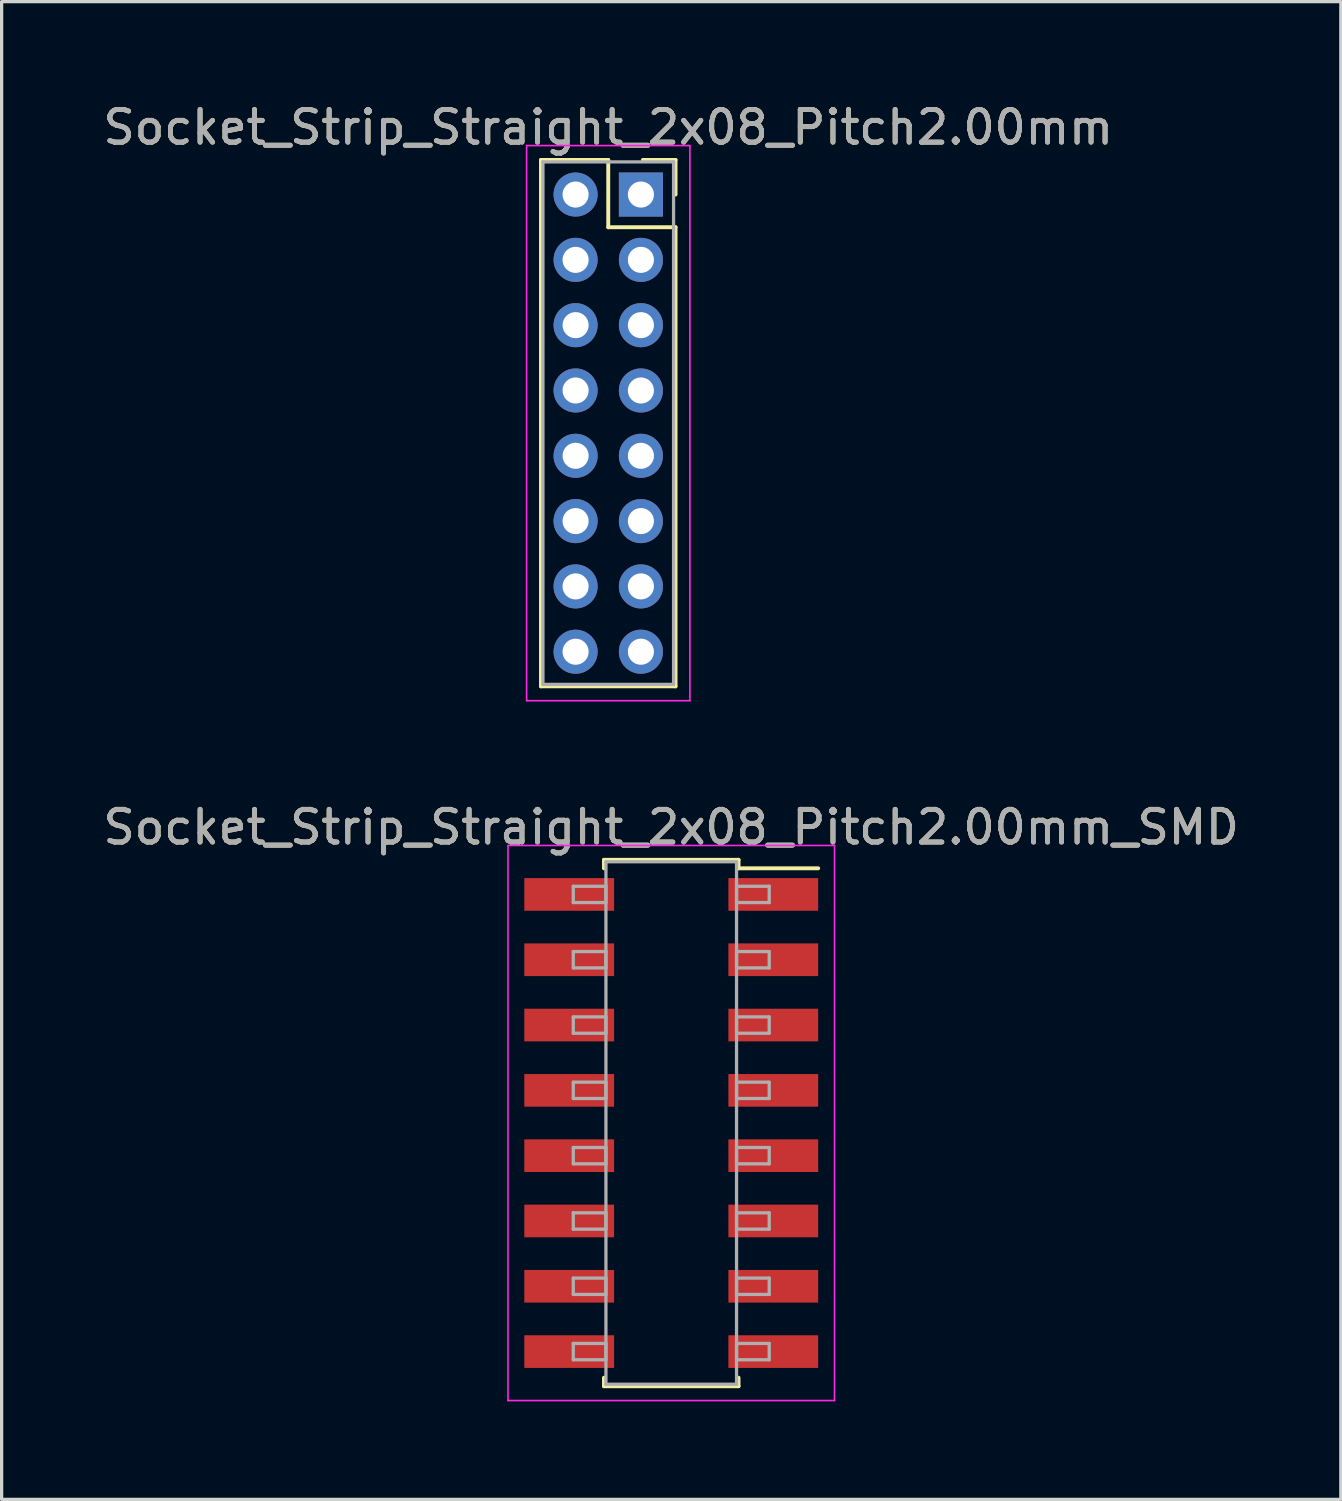
<source format=kicad_pcb>
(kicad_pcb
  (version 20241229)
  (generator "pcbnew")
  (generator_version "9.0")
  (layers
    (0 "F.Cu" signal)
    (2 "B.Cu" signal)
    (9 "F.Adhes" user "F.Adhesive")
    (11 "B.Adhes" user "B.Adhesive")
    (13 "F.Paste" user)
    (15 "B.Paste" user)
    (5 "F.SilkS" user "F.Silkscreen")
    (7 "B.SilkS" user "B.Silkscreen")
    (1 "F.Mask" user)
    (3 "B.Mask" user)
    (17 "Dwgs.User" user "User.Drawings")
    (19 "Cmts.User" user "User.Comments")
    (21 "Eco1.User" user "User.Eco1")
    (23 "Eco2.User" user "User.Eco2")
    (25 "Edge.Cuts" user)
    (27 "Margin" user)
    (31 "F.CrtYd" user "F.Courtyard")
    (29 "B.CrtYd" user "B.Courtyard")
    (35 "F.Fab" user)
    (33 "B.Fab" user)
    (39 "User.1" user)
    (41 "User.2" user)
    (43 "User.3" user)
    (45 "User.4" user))
  (footprint "Socket_Strip_Straight_2x08_Pitch2.00mm"
    (layer "F.Cu")
    (at 16.577 2.908)
    (property "Reference" "Socket_Strip_Straight_2x08_Pitch2.00mm" (at -1 -2.06 0) (layer "F.SilkS") (effects (font (size 1 1) (thickness 0.15))))
    (attr through_hole)
    (fp_line (start -3.06 -1.06) (end -1 -1.06) (stroke (width 0.12) (type solid)) (layer "F.SilkS"))
    (fp_line (start -3.06 15.06) (end -3.06 -1.06) (stroke (width 0.12) (type solid)) (layer "F.SilkS"))
    (fp_line (start -1 -1.06) (end -1 1) (stroke (width 0.12) (type solid)) (layer "F.SilkS"))
    (fp_line (start -1 1) (end 1.06 1) (stroke (width 0.12) (type solid)) (layer "F.SilkS"))
    (fp_line (start 1.06 -1.06) (end 0.06 -1.06) (stroke (width 0.12) (type solid)) (layer "F.SilkS"))
    (fp_line (start 1.06 0) (end 1.06 -1.06) (stroke (width 0.12) (type solid)) (layer "F.SilkS"))
    (fp_line (start 1.06 1) (end 1.06 15.06) (stroke (width 0.12) (type solid)) (layer "F.SilkS"))
    (fp_line (start 1.06 15.06) (end -3.06 15.06) (stroke (width 0.12) (type solid)) (layer "F.SilkS"))
    (fp_line (start -3.5 -1.5) (end -3.5 15.5) (stroke (width 0.05) (type solid)) (layer "F.CrtYd"))
    (fp_line (start -3.5 15.5) (end 1.5 15.5) (stroke (width 0.05) (type solid)) (layer "F.CrtYd"))
    (fp_line (start 1.5 -1.5) (end -3.5 -1.5) (stroke (width 0.05) (type solid)) (layer "F.CrtYd"))
    (fp_line (start 1.5 15.5) (end 1.5 -1.5) (stroke (width 0.05) (type solid)) (layer "F.CrtYd"))
    (fp_line (start -3 -1) (end -3 15) (stroke (width 0.1) (type solid)) (layer "F.Fab"))
    (fp_line (start -3 15) (end 1 15) (stroke (width 0.1) (type solid)) (layer "F.Fab"))
    (fp_line (start 1 -1) (end -3 -1) (stroke (width 0.1) (type solid)) (layer "F.Fab"))
    (fp_line (start 1 15) (end 1 -1) (stroke (width 0.1) (type solid)) (layer "F.Fab"))
    (fp_text user "${REFERENCE}" (at -1 -2.06 0) (layer "F.Fab") (effects (font (size 1 1) (thickness 0.15))))
    (pad "1" thru_hole rect (at 0 0) (size 1.35 1.35) (drill 0.8) (layers "*.Cu" "*.Mask"))
    (pad "2" thru_hole oval (at -2 0) (size 1.35 1.35) (drill 0.8) (layers "*.Cu" "*.Mask"))
    (pad "3" thru_hole oval (at 0 2) (size 1.35 1.35) (drill 0.8) (layers "*.Cu" "*.Mask"))
    (pad "4" thru_hole oval (at -2 2) (size 1.35 1.35) (drill 0.8) (layers "*.Cu" "*.Mask"))
    (pad "5" thru_hole oval (at 0 4) (size 1.35 1.35) (drill 0.8) (layers "*.Cu" "*.Mask"))
    (pad "6" thru_hole oval (at -2 4) (size 1.35 1.35) (drill 0.8) (layers "*.Cu" "*.Mask"))
    (pad "7" thru_hole oval (at 0 6) (size 1.35 1.35) (drill 0.8) (layers "*.Cu" "*.Mask"))
    (pad "8" thru_hole oval (at -2 6) (size 1.35 1.35) (drill 0.8) (layers "*.Cu" "*.Mask"))
    (pad "9" thru_hole oval (at 0 8) (size 1.35 1.35) (drill 0.8) (layers "*.Cu" "*.Mask"))
    (pad "10" thru_hole oval (at -2 8) (size 1.35 1.35) (drill 0.8) (layers "*.Cu" "*.Mask"))
    (pad "11" thru_hole oval (at 0 10) (size 1.35 1.35) (drill 0.8) (layers "*.Cu" "*.Mask"))
    (pad "12" thru_hole oval (at -2 10) (size 1.35 1.35) (drill 0.8) (layers "*.Cu" "*.Mask"))
    (pad "13" thru_hole oval (at 0 12) (size 1.35 1.35) (drill 0.8) (layers "*.Cu" "*.Mask"))
    (pad "14" thru_hole oval (at -2 12) (size 1.35 1.35) (drill 0.8) (layers "*.Cu" "*.Mask"))
    (pad "15" thru_hole oval (at 0 14) (size 1.35 1.35) (drill 0.8) (layers "*.Cu" "*.Mask"))
    (pad "16" thru_hole oval (at -2 14) (size 1.35 1.35) (drill 0.8) (layers "*.Cu" "*.Mask")))
  (footprint "Socket_Strip_Straight_2x08_Pitch2.00mm_SMD"
    (layer "F.Cu")
    (at 17.506 31.341)
    (property "Reference" "Socket_Strip_Straight_2x08_Pitch2.00mm_SMD" (at 0 -9.06 0) (layer "F.SilkS") (effects (font (size 1 1) (thickness 0.15))))
    (attr smd)
    (fp_line (start -2.06 -8.06) (end 2.06 -8.06) (stroke (width 0.12) (type solid)) (layer "F.SilkS"))
    (fp_line (start -2.06 -7.8) (end -2.06 -8.06) (stroke (width 0.12) (type solid)) (layer "F.SilkS"))
    (fp_line (start -2.06 7.8) (end -2.06 8.06) (stroke (width 0.12) (type solid)) (layer "F.SilkS"))
    (fp_line (start -2.06 8.06) (end 2.06 8.06) (stroke (width 0.12) (type solid)) (layer "F.SilkS"))
    (fp_line (start 2.06 -8.06) (end 2.06 -7.8) (stroke (width 0.12) (type solid)) (layer "F.SilkS"))
    (fp_line (start 2.06 8.06) (end 2.06 7.8) (stroke (width 0.12) (type solid)) (layer "F.SilkS"))
    (fp_line (start 4.5 -7.8) (end 2.06 -7.8) (stroke (width 0.12) (type solid)) (layer "F.SilkS"))
    (fp_line (start -5 -8.5) (end -5 8.5) (stroke (width 0.05) (type solid)) (layer "F.CrtYd"))
    (fp_line (start -5 8.5) (end 5 8.5) (stroke (width 0.05) (type solid)) (layer "F.CrtYd"))
    (fp_line (start 5 -8.5) (end -5 -8.5) (stroke (width 0.05) (type solid)) (layer "F.CrtYd"))
    (fp_line (start 5 8.5) (end 5 -8.5) (stroke (width 0.05) (type solid)) (layer "F.CrtYd"))
    (fp_line (start -3 -7.25) (end -2 -7.25) (stroke (width 0.1) (type solid)) (layer "F.Fab"))
    (fp_line (start -3 -6.75) (end -3 -7.25) (stroke (width 0.1) (type solid)) (layer "F.Fab"))
    (fp_line (start -3 -5.25) (end -2 -5.25) (stroke (width 0.1) (type solid)) (layer "F.Fab"))
    (fp_line (start -3 -4.75) (end -3 -5.25) (stroke (width 0.1) (type solid)) (layer "F.Fab"))
    (fp_line (start -3 -3.25) (end -2 -3.25) (stroke (width 0.1) (type solid)) (layer "F.Fab"))
    (fp_line (start -3 -2.75) (end -3 -3.25) (stroke (width 0.1) (type solid)) (layer "F.Fab"))
    (fp_line (start -3 -1.25) (end -2 -1.25) (stroke (width 0.1) (type solid)) (layer "F.Fab"))
    (fp_line (start -3 -0.75) (end -3 -1.25) (stroke (width 0.1) (type solid)) (layer "F.Fab"))
    (fp_line (start -3 0.75) (end -2 0.75) (stroke (width 0.1) (type solid)) (layer "F.Fab"))
    (fp_line (start -3 1.25) (end -3 0.75) (stroke (width 0.1) (type solid)) (layer "F.Fab"))
    (fp_line (start -3 2.75) (end -2 2.75) (stroke (width 0.1) (type solid)) (layer "F.Fab"))
    (fp_line (start -3 3.25) (end -3 2.75) (stroke (width 0.1) (type solid)) (layer "F.Fab"))
    (fp_line (start -3 4.75) (end -2 4.75) (stroke (width 0.1) (type solid)) (layer "F.Fab"))
    (fp_line (start -3 5.25) (end -3 4.75) (stroke (width 0.1) (type solid)) (layer "F.Fab"))
    (fp_line (start -3 6.75) (end -2 6.75) (stroke (width 0.1) (type solid)) (layer "F.Fab"))
    (fp_line (start -3 7.25) (end -3 6.75) (stroke (width 0.1) (type solid)) (layer "F.Fab"))
    (fp_line (start -2 -8) (end -2 8) (stroke (width 0.1) (type solid)) (layer "F.Fab"))
    (fp_line (start -2 -7.25) (end -2 -6.75) (stroke (width 0.1) (type solid)) (layer "F.Fab"))
    (fp_line (start -2 -6.75) (end -3 -6.75) (stroke (width 0.1) (type solid)) (layer "F.Fab"))
    (fp_line (start -2 -5.25) (end -2 -4.75) (stroke (width 0.1) (type solid)) (layer "F.Fab"))
    (fp_line (start -2 -4.75) (end -3 -4.75) (stroke (width 0.1) (type solid)) (layer "F.Fab"))
    (fp_line (start -2 -3.25) (end -2 -2.75) (stroke (width 0.1) (type solid)) (layer "F.Fab"))
    (fp_line (start -2 -2.75) (end -3 -2.75) (stroke (width 0.1) (type solid)) (layer "F.Fab"))
    (fp_line (start -2 -1.25) (end -2 -0.75) (stroke (width 0.1) (type solid)) (layer "F.Fab"))
    (fp_line (start -2 -0.75) (end -3 -0.75) (stroke (width 0.1) (type solid)) (layer "F.Fab"))
    (fp_line (start -2 0.75) (end -2 1.25) (stroke (width 0.1) (type solid)) (layer "F.Fab"))
    (fp_line (start -2 1.25) (end -3 1.25) (stroke (width 0.1) (type solid)) (layer "F.Fab"))
    (fp_line (start -2 2.75) (end -2 3.25) (stroke (width 0.1) (type solid)) (layer "F.Fab"))
    (fp_line (start -2 3.25) (end -3 3.25) (stroke (width 0.1) (type solid)) (layer "F.Fab"))
    (fp_line (start -2 4.75) (end -2 5.25) (stroke (width 0.1) (type solid)) (layer "F.Fab"))
    (fp_line (start -2 5.25) (end -3 5.25) (stroke (width 0.1) (type solid)) (layer "F.Fab"))
    (fp_line (start -2 6.75) (end -2 7.25) (stroke (width 0.1) (type solid)) (layer "F.Fab"))
    (fp_line (start -2 7.25) (end -3 7.25) (stroke (width 0.1) (type solid)) (layer "F.Fab"))
    (fp_line (start -2 8) (end 2 8) (stroke (width 0.1) (type solid)) (layer "F.Fab"))
    (fp_line (start 2 -8) (end -2 -8) (stroke (width 0.1) (type solid)) (layer "F.Fab"))
    (fp_line (start 2 -7.25) (end 2 -6.75) (stroke (width 0.1) (type solid)) (layer "F.Fab"))
    (fp_line (start 2 -6.75) (end 3 -6.75) (stroke (width 0.1) (type solid)) (layer "F.Fab"))
    (fp_line (start 2 -5.25) (end 2 -4.75) (stroke (width 0.1) (type solid)) (layer "F.Fab"))
    (fp_line (start 2 -4.75) (end 3 -4.75) (stroke (width 0.1) (type solid)) (layer "F.Fab"))
    (fp_line (start 2 -3.25) (end 2 -2.75) (stroke (width 0.1) (type solid)) (layer "F.Fab"))
    (fp_line (start 2 -2.75) (end 3 -2.75) (stroke (width 0.1) (type solid)) (layer "F.Fab"))
    (fp_line (start 2 -1.25) (end 2 -0.75) (stroke (width 0.1) (type solid)) (layer "F.Fab"))
    (fp_line (start 2 -0.75) (end 3 -0.75) (stroke (width 0.1) (type solid)) (layer "F.Fab"))
    (fp_line (start 2 0.75) (end 2 1.25) (stroke (width 0.1) (type solid)) (layer "F.Fab"))
    (fp_line (start 2 1.25) (end 3 1.25) (stroke (width 0.1) (type solid)) (layer "F.Fab"))
    (fp_line (start 2 2.75) (end 2 3.25) (stroke (width 0.1) (type solid)) (layer "F.Fab"))
    (fp_line (start 2 3.25) (end 3 3.25) (stroke (width 0.1) (type solid)) (layer "F.Fab"))
    (fp_line (start 2 4.75) (end 2 5.25) (stroke (width 0.1) (type solid)) (layer "F.Fab"))
    (fp_line (start 2 5.25) (end 3 5.25) (stroke (width 0.1) (type solid)) (layer "F.Fab"))
    (fp_line (start 2 6.75) (end 2 7.25) (stroke (width 0.1) (type solid)) (layer "F.Fab"))
    (fp_line (start 2 7.25) (end 3 7.25) (stroke (width 0.1) (type solid)) (layer "F.Fab"))
    (fp_line (start 2 8) (end 2 -8) (stroke (width 0.1) (type solid)) (layer "F.Fab"))
    (fp_line (start 3 -7.25) (end 2 -7.25) (stroke (width 0.1) (type solid)) (layer "F.Fab"))
    (fp_line (start 3 -6.75) (end 3 -7.25) (stroke (width 0.1) (type solid)) (layer "F.Fab"))
    (fp_line (start 3 -5.25) (end 2 -5.25) (stroke (width 0.1) (type solid)) (layer "F.Fab"))
    (fp_line (start 3 -4.75) (end 3 -5.25) (stroke (width 0.1) (type solid)) (layer "F.Fab"))
    (fp_line (start 3 -3.25) (end 2 -3.25) (stroke (width 0.1) (type solid)) (layer "F.Fab"))
    (fp_line (start 3 -2.75) (end 3 -3.25) (stroke (width 0.1) (type solid)) (layer "F.Fab"))
    (fp_line (start 3 -1.25) (end 2 -1.25) (stroke (width 0.1) (type solid)) (layer "F.Fab"))
    (fp_line (start 3 -0.75) (end 3 -1.25) (stroke (width 0.1) (type solid)) (layer "F.Fab"))
    (fp_line (start 3 0.75) (end 2 0.75) (stroke (width 0.1) (type solid)) (layer "F.Fab"))
    (fp_line (start 3 1.25) (end 3 0.75) (stroke (width 0.1) (type solid)) (layer "F.Fab"))
    (fp_line (start 3 2.75) (end 2 2.75) (stroke (width 0.1) (type solid)) (layer "F.Fab"))
    (fp_line (start 3 3.25) (end 3 2.75) (stroke (width 0.1) (type solid)) (layer "F.Fab"))
    (fp_line (start 3 4.75) (end 2 4.75) (stroke (width 0.1) (type solid)) (layer "F.Fab"))
    (fp_line (start 3 5.25) (end 3 4.75) (stroke (width 0.1) (type solid)) (layer "F.Fab"))
    (fp_line (start 3 6.75) (end 2 6.75) (stroke (width 0.1) (type solid)) (layer "F.Fab"))
    (fp_line (start 3 7.25) (end 3 6.75) (stroke (width 0.1) (type solid)) (layer "F.Fab"))
    (fp_text user "${REFERENCE}" (at 0 -9.06 0) (layer "F.Fab") (effects (font (size 1 1) (thickness 0.15))))
    (pad "1" smd rect (at 3.125 -7) (size 2.75 1) (layers "F.Cu" "F.Mask" "F.Paste"))
    (pad "2" smd rect (at -3.125 -7) (size 2.75 1) (layers "F.Cu" "F.Mask" "F.Paste"))
    (pad "3" smd rect (at 3.125 -5) (size 2.75 1) (layers "F.Cu" "F.Mask" "F.Paste"))
    (pad "4" smd rect (at -3.125 -5) (size 2.75 1) (layers "F.Cu" "F.Mask" "F.Paste"))
    (pad "5" smd rect (at 3.125 -3) (size 2.75 1) (layers "F.Cu" "F.Mask" "F.Paste"))
    (pad "6" smd rect (at -3.125 -3) (size 2.75 1) (layers "F.Cu" "F.Mask" "F.Paste"))
    (pad "7" smd rect (at 3.125 -1) (size 2.75 1) (layers "F.Cu" "F.Mask" "F.Paste"))
    (pad "8" smd rect (at -3.125 -1) (size 2.75 1) (layers "F.Cu" "F.Mask" "F.Paste"))
    (pad "9" smd rect (at 3.125 1) (size 2.75 1) (layers "F.Cu" "F.Mask" "F.Paste"))
    (pad "10" smd rect (at -3.125 1) (size 2.75 1) (layers "F.Cu" "F.Mask" "F.Paste"))
    (pad "11" smd rect (at 3.125 3) (size 2.75 1) (layers "F.Cu" "F.Mask" "F.Paste"))
    (pad "12" smd rect (at -3.125 3) (size 2.75 1) (layers "F.Cu" "F.Mask" "F.Paste"))
    (pad "13" smd rect (at 3.125 5) (size 2.75 1) (layers "F.Cu" "F.Mask" "F.Paste"))
    (pad "14" smd rect (at -3.125 5) (size 2.75 1) (layers "F.Cu" "F.Mask" "F.Paste"))
    (pad "15" smd rect (at 3.125 7) (size 2.75 1) (layers "F.Cu" "F.Mask" "F.Paste"))
    (pad "16" smd rect (at -3.125 7) (size 2.75 1) (layers "F.Cu" "F.Mask" "F.Paste")))
  (gr_rect
    (start -3 -3)
    (end 38.012 42.867)
    (stroke (width 0.1) (type default))
    (fill no)
    (layer "Edge.Cuts")))
</source>
